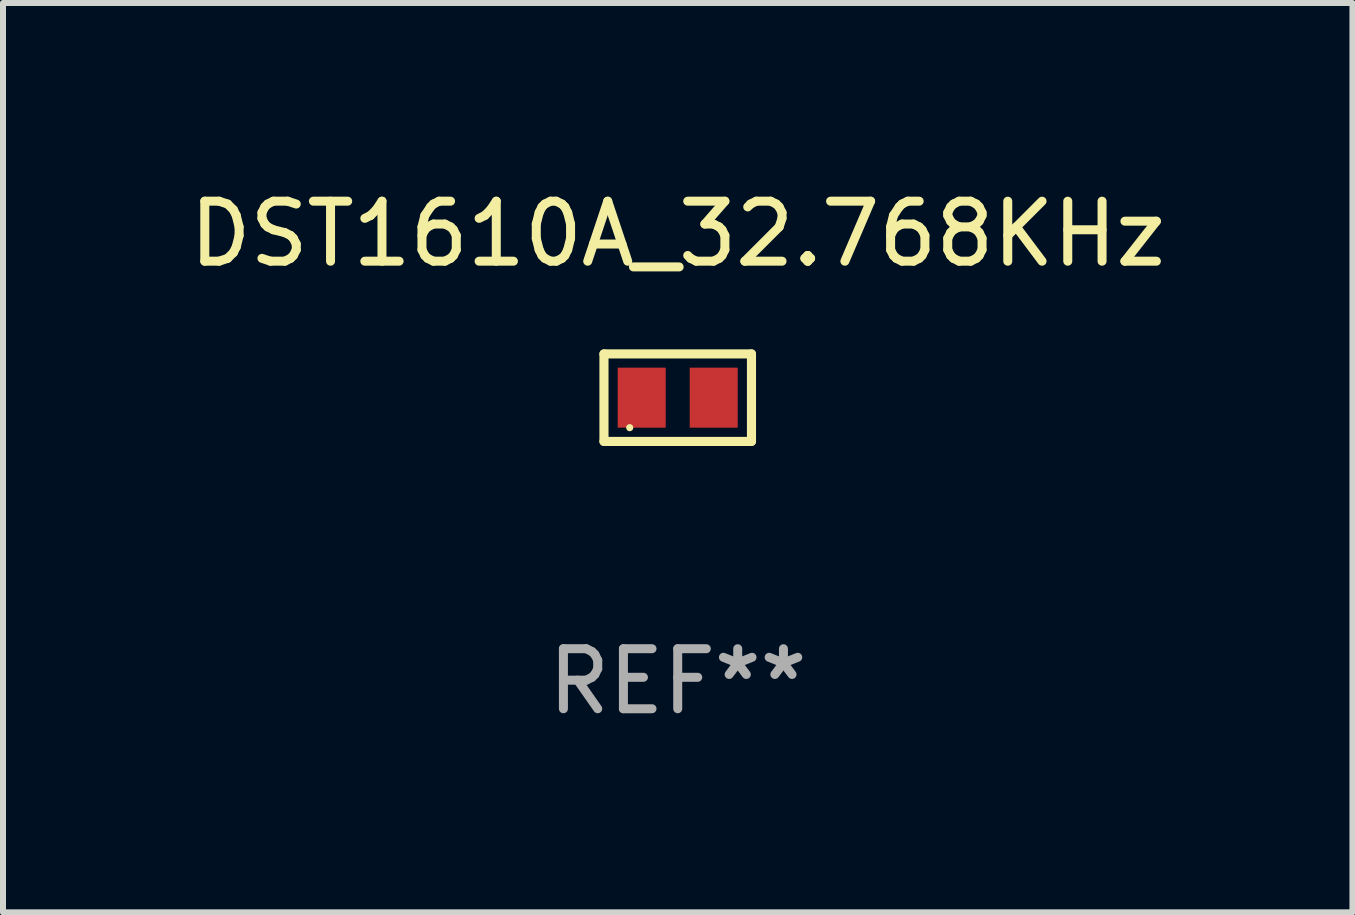
<source format=kicad_pcb>
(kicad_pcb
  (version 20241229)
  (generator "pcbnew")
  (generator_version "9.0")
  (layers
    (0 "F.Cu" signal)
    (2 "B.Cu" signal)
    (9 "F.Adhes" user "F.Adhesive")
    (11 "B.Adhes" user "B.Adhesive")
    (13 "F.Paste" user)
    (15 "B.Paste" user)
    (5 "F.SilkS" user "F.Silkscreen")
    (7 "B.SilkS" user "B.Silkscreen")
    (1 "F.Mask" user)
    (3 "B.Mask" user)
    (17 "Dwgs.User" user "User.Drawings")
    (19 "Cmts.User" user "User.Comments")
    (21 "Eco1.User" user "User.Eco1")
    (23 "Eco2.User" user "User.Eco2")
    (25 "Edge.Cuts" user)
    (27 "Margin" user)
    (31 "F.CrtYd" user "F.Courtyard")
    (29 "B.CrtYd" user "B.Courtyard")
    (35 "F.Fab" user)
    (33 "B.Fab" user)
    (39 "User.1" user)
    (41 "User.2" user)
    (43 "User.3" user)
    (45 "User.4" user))
  (footprint "DST1610A_32.768KHz"
    (layer "F.Cu")
    (at 8.244 3.577)
    (property "Reference" "DST1610A_32.768KHz" (at 0 -2.729 0) (layer "F.SilkS") (effects (font (size 1 1) (thickness 0.15))))
    (attr through_hole)
    (fp_line (start -1.229 -0.729) (end 1.229 -0.729) (stroke (width 0.152) (type solid)) (layer "F.SilkS"))
    (fp_line (start -1.229 0.729) (end -1.229 -0.729) (stroke (width 0.152) (type solid)) (layer "F.SilkS"))
    (fp_line (start 1.229 -0.729) (end 1.229 0.729) (stroke (width 0.152) (type solid)) (layer "F.SilkS"))
    (fp_line (start 1.229 0.729) (end -1.229 0.729) (stroke (width 0.152) (type solid)) (layer "F.SilkS"))
    (fp_circle (center -0.8 0.5) (end -0.77 0.5) (stroke (width 0.06) (type solid)) (fill no) (layer "F.SilkS"))
    (fp_text user "REF**" (at 0 4.729 0) (layer "F.Fab") (effects (font (size 1 1) (thickness 0.15))))
    (pad "1" smd rect (at -0.6 0) (size 0.8 1) (layers "F.Cu" "F.Mask" "F.Paste"))
    (pad "2" smd rect (at 0.6 0) (size 0.8 1) (layers "F.Cu" "F.Mask" "F.Paste")))
  (gr_rect
    (start -3 -3)
    (end 19.488 12.154)
    (stroke (width 0.1) (type default))
    (fill no)
    (layer "Edge.Cuts")))
</source>
